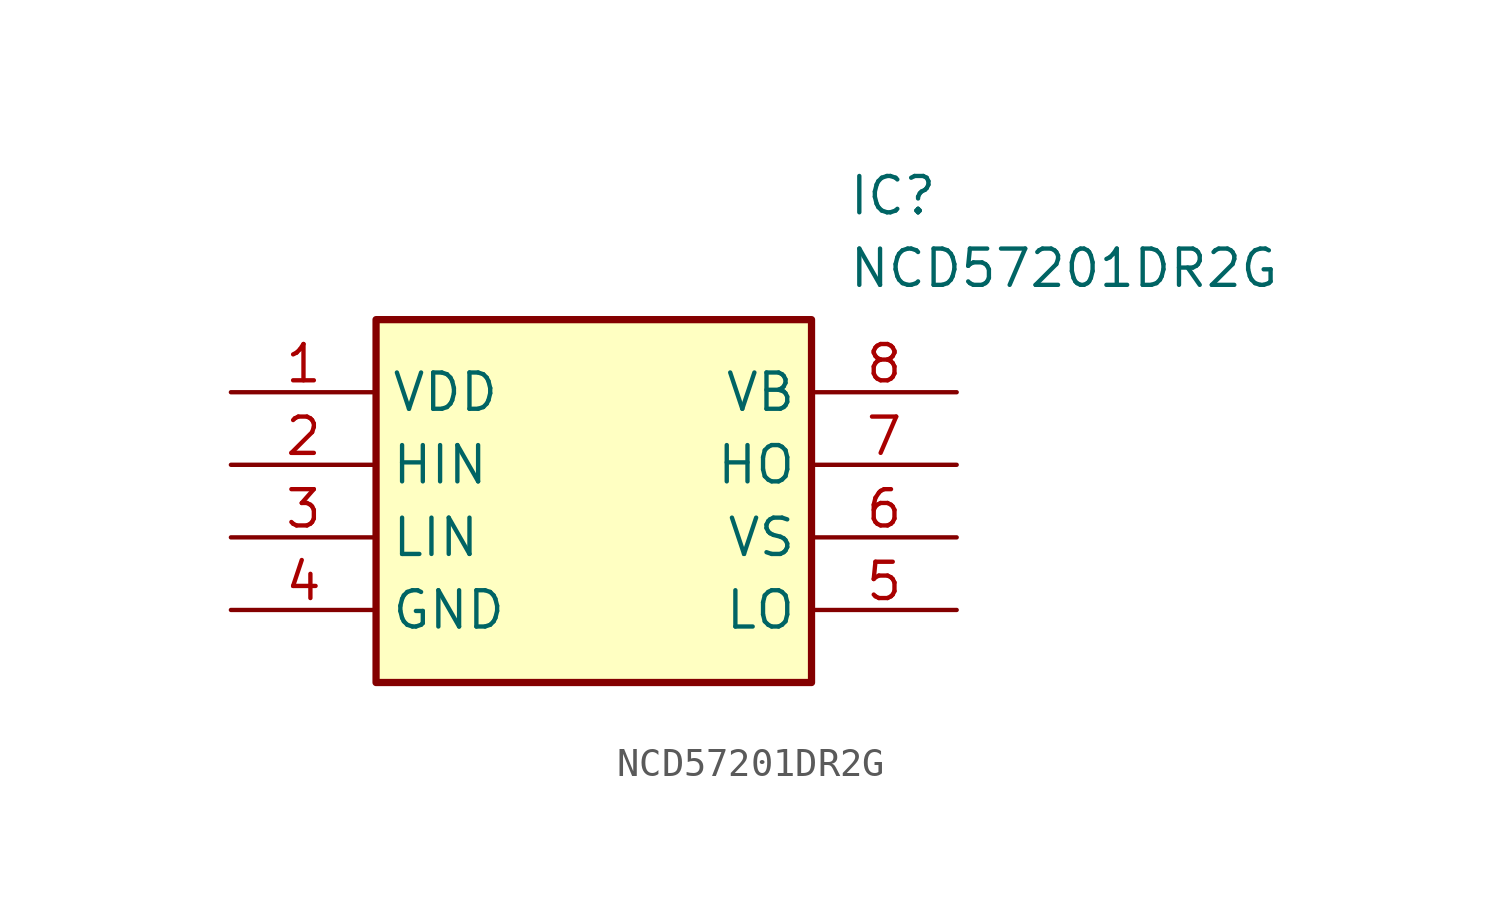
<source format=kicad_sym>
(kicad_symbol_lib
  (version 20211014)
  (generator SamacSys_ECAD_Model)
  (symbol "NCD57201DR2G"
    (property "Reference" "IC"
      (at 21.59 7.62 0)
      (effects (font (size 1.27 1.27)) (justify left top)))
    (property "Value" "NCD57201DR2G"
      (at 21.59 5.08 0)
      (effects (font (size 1.27 1.27)) (justify left top)))
    (rectangle
      (start 5.08 2.54)
      (end 20.32 -10.16)
      (stroke (width 0.254) (type default))
      (fill (type background)))
    (pin passive line
      (at 0 0 0)
      (length 5.08)
      (name "VDD" (effects (font (size 1.27 1.27))))
      (number "1" (effects (font (size 1.27 1.27)))))
    (pin passive line
      (at 0 -2.54 0)
      (length 5.08)
      (name "HIN" (effects (font (size 1.27 1.27))))
      (number "2" (effects (font (size 1.27 1.27)))))
    (pin passive line
      (at 0 -5.08 0)
      (length 5.08)
      (name "LIN" (effects (font (size 1.27 1.27))))
      (number "3" (effects (font (size 1.27 1.27)))))
    (pin passive line
      (at 0 -7.62 0)
      (length 5.08)
      (name "GND" (effects (font (size 1.27 1.27))))
      (number "4" (effects (font (size 1.27 1.27)))))
    (pin passive line
      (at 25.4 0 180)
      (length 5.08)
      (name "VB" (effects (font (size 1.27 1.27))))
      (number "8" (effects (font (size 1.27 1.27)))))
    (pin passive line
      (at 25.4 -2.54 180)
      (length 5.08)
      (name "HO" (effects (font (size 1.27 1.27))))
      (number "7" (effects (font (size 1.27 1.27)))))
    (pin passive line
      (at 25.4 -5.08 180)
      (length 5.08)
      (name "VS" (effects (font (size 1.27 1.27))))
      (number "6" (effects (font (size 1.27 1.27)))))
    (pin passive line
      (at 25.4 -7.62 180)
      (length 5.08)
      (name "LO" (effects (font (size 1.27 1.27))))
      (number "5" (effects (font (size 1.27 1.27)))))))
</source>
